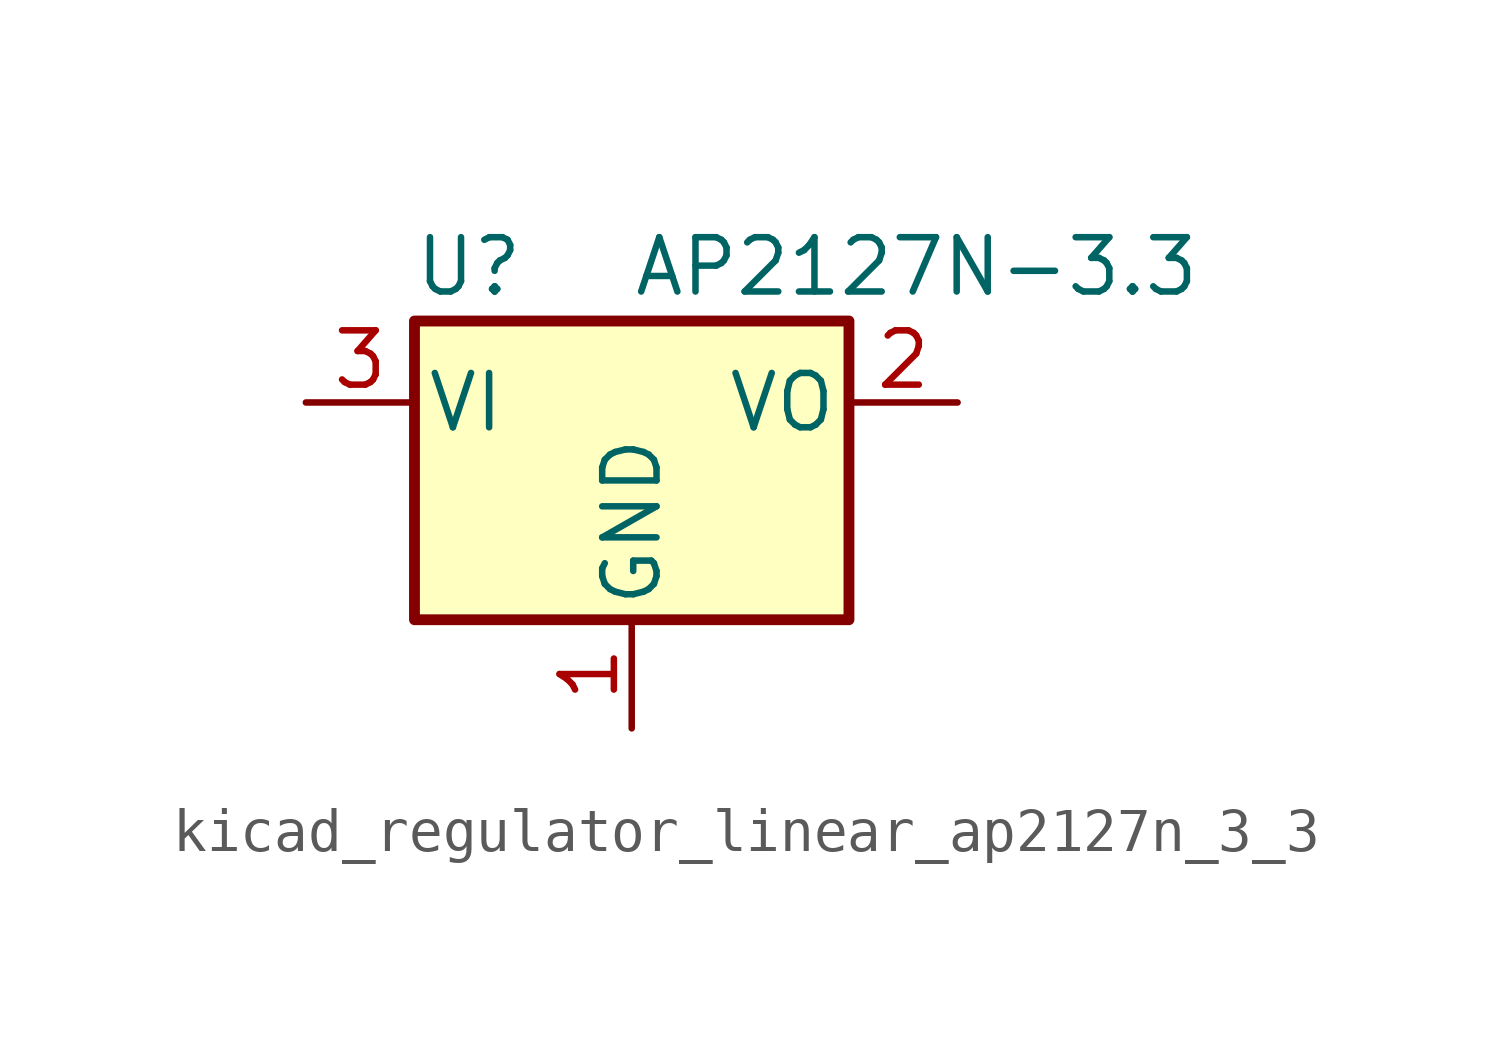
<source format=kicad_sym>
(kicad_symbol_lib
  (version 20220914)
  (generator kicad_symbol_editor)
  (symbol "kicad_regulator_linear_ap2127n_3_3"
    (pin_names
      (offset 0.254))
    (property "Reference" "U"
      (at -3.81 3.175 0)
      (effects (font (size 1.27 1.27))))
    (property "Value" "AP2127N-3.3"
      (at 0 3.175 0)
      (effects (font (size 1.27 1.27)) (justify left)))
    (symbol "kicad_regulator_linear_ap2127n_3_3_0_1"
      (rectangle (start -5.08 1.905) (end 5.08 -5.08) (stroke (width 0.254) (type default)) (fill (type background))))
    (symbol "kicad_regulator_linear_ap2127n_3_3_1_1"
      (pin power_in line (at 0 -7.62 90) (length 2.54) (name "GND" (effects (font (size 1.27 1.27)))) (number "1" (effects (font (size 1.27 1.27)))))
      (pin power_out line (at 7.62 0 180) (length 2.54) (name "VO" (effects (font (size 1.27 1.27)))) (number "2" (effects (font (size 1.27 1.27)))))
      (pin power_in line (at -7.62 0 0) (length 2.54) (name "VI" (effects (font (size 1.27 1.27)))) (number "3" (effects (font (size 1.27 1.27))))))))
</source>
